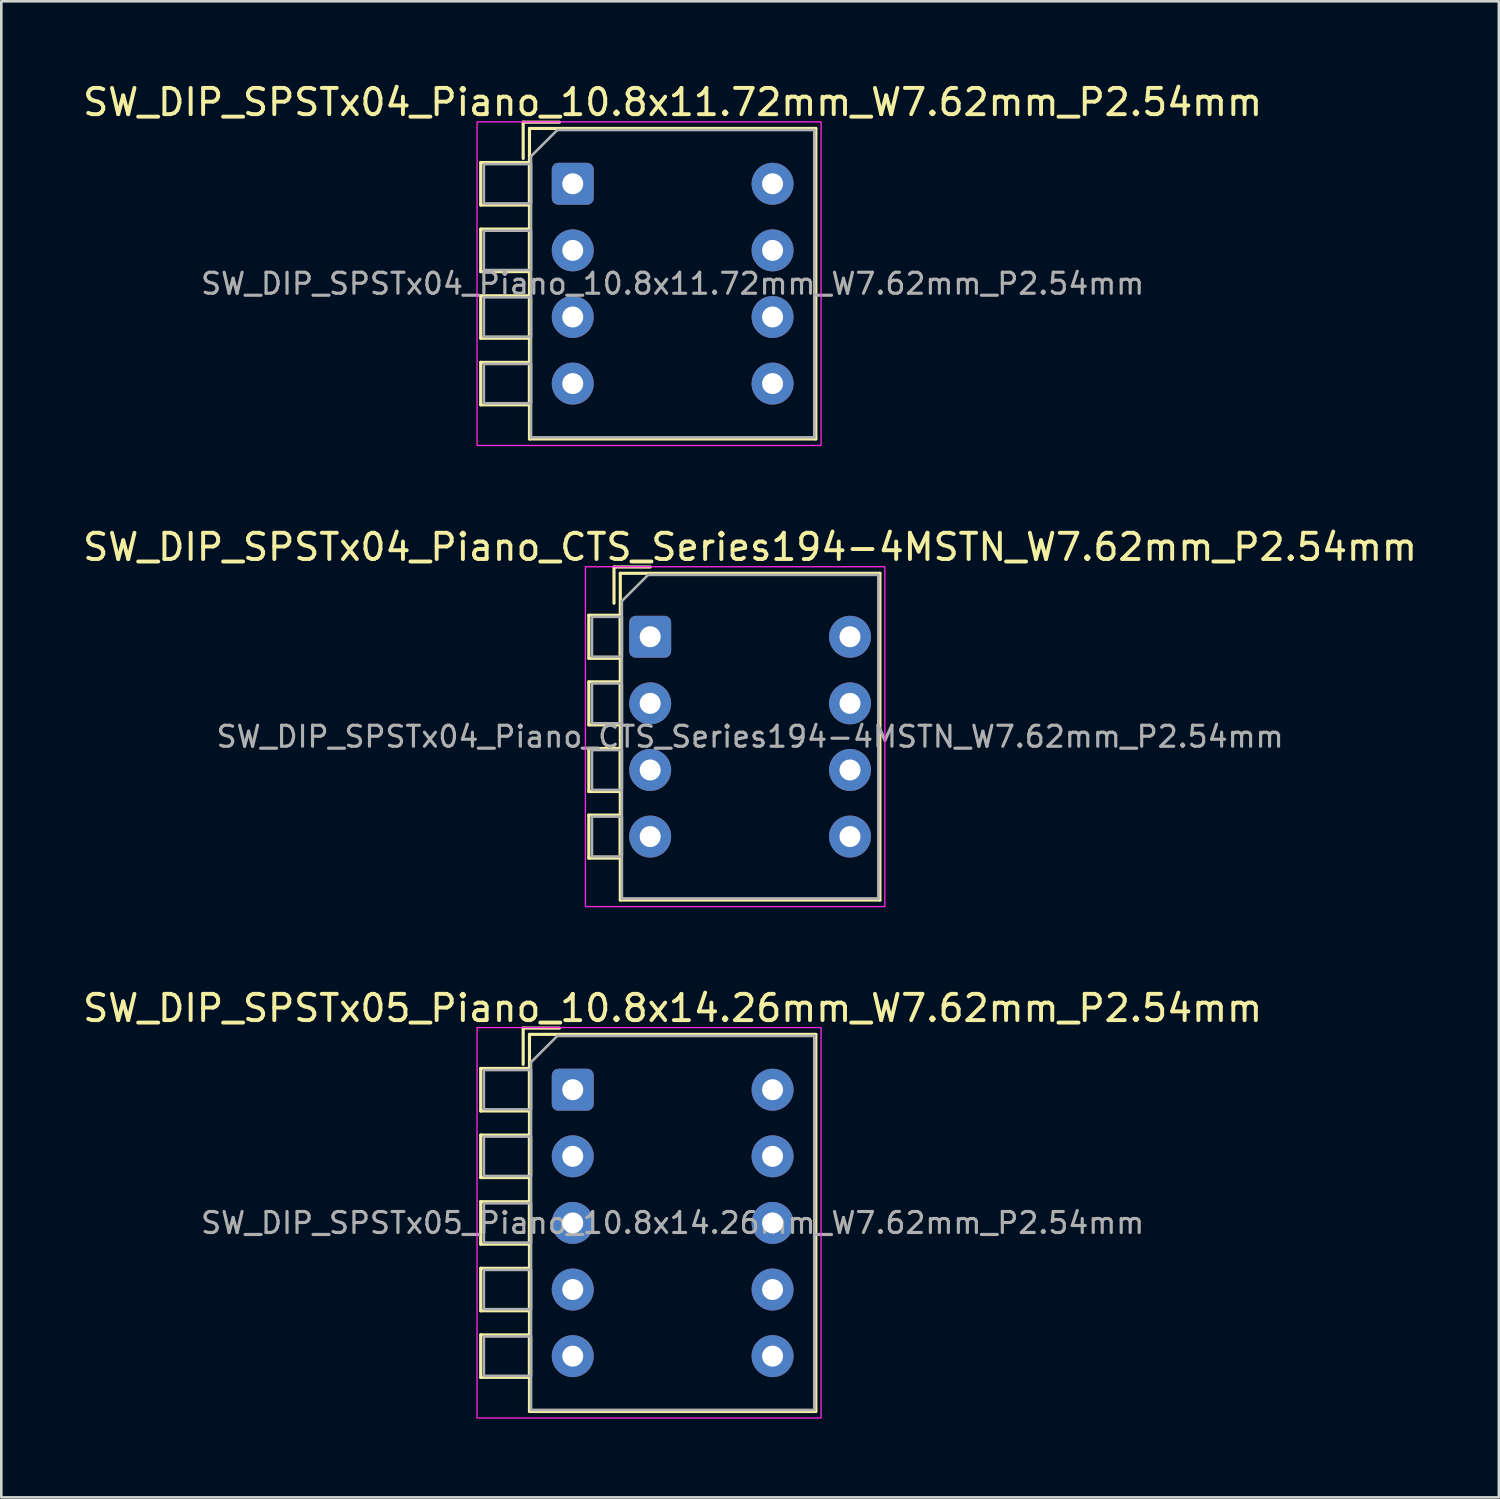
<source format=kicad_pcb>
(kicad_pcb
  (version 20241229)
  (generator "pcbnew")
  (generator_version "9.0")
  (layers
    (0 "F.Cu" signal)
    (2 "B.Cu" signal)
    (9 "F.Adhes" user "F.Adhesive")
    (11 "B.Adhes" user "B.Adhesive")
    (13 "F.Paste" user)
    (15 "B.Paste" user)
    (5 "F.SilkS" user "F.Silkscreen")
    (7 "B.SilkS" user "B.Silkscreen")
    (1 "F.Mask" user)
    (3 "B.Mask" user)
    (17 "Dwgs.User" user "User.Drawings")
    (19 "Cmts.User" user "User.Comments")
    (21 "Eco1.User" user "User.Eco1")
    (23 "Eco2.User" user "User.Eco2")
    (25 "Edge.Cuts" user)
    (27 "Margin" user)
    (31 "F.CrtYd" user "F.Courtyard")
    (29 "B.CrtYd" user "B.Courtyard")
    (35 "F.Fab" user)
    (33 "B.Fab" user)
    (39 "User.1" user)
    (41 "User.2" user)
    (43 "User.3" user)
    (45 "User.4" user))
  (footprint "SW_DIP_SPSTx04_Piano_10.8x11.72mm_W7.62mm_P2.54mm"
    (layer "F.Cu")
    (at 18.791 3.958)
    (property "Reference" "SW_DIP_SPSTx04_Piano_10.8x11.72mm_W7.62mm_P2.54mm" (at 3.81 -3.11 0) (layer "F.SilkS") (effects (font (size 1 1) (thickness 0.15))))
    (attr through_hole)
    (fp_line (start -3.51 -0.81) (end -3.51 0.81) (stroke (width 0.12) (type solid)) (layer "F.SilkS"))
    (fp_line (start -3.51 -0.81) (end -1.65 -0.81) (stroke (width 0.12) (type solid)) (layer "F.SilkS"))
    (fp_line (start -3.51 0.81) (end -1.65 0.81) (stroke (width 0.12) (type solid)) (layer "F.SilkS"))
    (fp_line (start -3.51 1.73) (end -3.51 3.35) (stroke (width 0.12) (type solid)) (layer "F.SilkS"))
    (fp_line (start -3.51 1.73) (end -1.65 1.73) (stroke (width 0.12) (type solid)) (layer "F.SilkS"))
    (fp_line (start -3.51 3.35) (end -1.65 3.35) (stroke (width 0.12) (type solid)) (layer "F.SilkS"))
    (fp_line (start -3.51 4.27) (end -3.51 5.89) (stroke (width 0.12) (type solid)) (layer "F.SilkS"))
    (fp_line (start -3.51 4.27) (end -1.65 4.27) (stroke (width 0.12) (type solid)) (layer "F.SilkS"))
    (fp_line (start -3.51 5.89) (end -1.65 5.89) (stroke (width 0.12) (type solid)) (layer "F.SilkS"))
    (fp_line (start -3.51 6.81) (end -3.51 8.43) (stroke (width 0.12) (type solid)) (layer "F.SilkS"))
    (fp_line (start -3.51 6.81) (end -1.65 6.81) (stroke (width 0.12) (type solid)) (layer "F.SilkS"))
    (fp_line (start -3.51 8.43) (end -1.65 8.43) (stroke (width 0.12) (type solid)) (layer "F.SilkS"))
    (fp_line (start -1.89 -2.35) (end -1.89 -0.967) (stroke (width 0.12) (type solid)) (layer "F.SilkS"))
    (fp_line (start -1.89 -2.35) (end -0.507 -2.35) (stroke (width 0.12) (type solid)) (layer "F.SilkS"))
    (fp_line (start -1.65 -2.11) (end -1.65 9.73) (stroke (width 0.12) (type solid)) (layer "F.SilkS"))
    (fp_line (start -1.65 -2.11) (end 9.27 -2.11) (stroke (width 0.12) (type solid)) (layer "F.SilkS"))
    (fp_line (start -1.65 -0.81) (end -1.65 0.81) (stroke (width 0.12) (type solid)) (layer "F.SilkS"))
    (fp_line (start -1.65 1.73) (end -1.65 3.35) (stroke (width 0.12) (type solid)) (layer "F.SilkS"))
    (fp_line (start -1.65 4.27) (end -1.65 5.89) (stroke (width 0.12) (type solid)) (layer "F.SilkS"))
    (fp_line (start -1.65 6.81) (end -1.65 8.43) (stroke (width 0.12) (type solid)) (layer "F.SilkS"))
    (fp_line (start -1.65 9.73) (end 9.27 9.73) (stroke (width 0.12) (type solid)) (layer "F.SilkS"))
    (fp_line (start 9.27 -2.11) (end 9.27 9.73) (stroke (width 0.12) (type solid)) (layer "F.SilkS"))
    (fp_rect (start -3.65 -2.36) (end 9.47 9.98) (stroke (width 0.05) (type solid)) (fill no) (layer "F.CrtYd"))
    (fp_line (start -1.59 -1.05) (end -0.59 -2.05) (stroke (width 0.1) (type solid)) (layer "F.Fab"))
    (fp_line (start -1.59 9.67) (end -1.59 -1.05) (stroke (width 0.1) (type solid)) (layer "F.Fab"))
    (fp_line (start -0.59 -2.05) (end 9.21 -2.05) (stroke (width 0.1) (type solid)) (layer "F.Fab"))
    (fp_line (start 9.21 -2.05) (end 9.21 9.67) (stroke (width 0.1) (type solid)) (layer "F.Fab"))
    (fp_line (start 9.21 9.67) (end -1.59 9.67) (stroke (width 0.1) (type solid)) (layer "F.Fab"))
    (fp_rect (start -1.59 -0.75) (end -3.39 0.75) (stroke (width 0.1) (type solid)) (fill no) (layer "F.Fab"))
    (fp_rect (start -1.59 1.79) (end -3.39 3.29) (stroke (width 0.1) (type solid)) (fill no) (layer "F.Fab"))
    (fp_rect (start -1.59 4.33) (end -3.39 5.83) (stroke (width 0.1) (type solid)) (fill no) (layer "F.Fab"))
    (fp_rect (start -1.59 6.87) (end -3.39 8.37) (stroke (width 0.1) (type solid)) (fill no) (layer "F.Fab"))
    (fp_text user "${REFERENCE}" (at 3.81 3.81 0) (layer "F.Fab") (effects (font (size 0.8 0.8) (thickness 0.12))))
    (pad "1" thru_hole roundrect (at 0 0) (size 1.6 1.6) (drill 0.8) (layers "*.Cu" "*.Mask") (roundrect_rratio 0.156))
    (pad "2" thru_hole circle (at 0 2.54) (size 1.6 1.6) (drill 0.8) (layers "*.Cu" "*.Mask"))
    (pad "3" thru_hole circle (at 0 5.08) (size 1.6 1.6) (drill 0.8) (layers "*.Cu" "*.Mask"))
    (pad "4" thru_hole circle (at 0 7.62) (size 1.6 1.6) (drill 0.8) (layers "*.Cu" "*.Mask"))
    (pad "5" thru_hole circle (at 7.62 7.62) (size 1.6 1.6) (drill 0.8) (layers "*.Cu" "*.Mask"))
    (pad "6" thru_hole circle (at 7.62 5.08) (size 1.6 1.6) (drill 0.8) (layers "*.Cu" "*.Mask"))
    (pad "7" thru_hole circle (at 7.62 2.54) (size 1.6 1.6) (drill 0.8) (layers "*.Cu" "*.Mask"))
    (pad "8" thru_hole circle (at 7.62 0) (size 1.6 1.6) (drill 0.8) (layers "*.Cu" "*.Mask")))
  (footprint "SW_DIP_SPSTx05_Piano_10.8x14.26mm_W7.62mm_P2.54mm"
    (layer "F.Cu")
    (at 18.791 38.505)
    (property "Reference" "SW_DIP_SPSTx05_Piano_10.8x14.26mm_W7.62mm_P2.54mm" (at 3.81 -3.11 0) (layer "F.SilkS") (effects (font (size 1 1) (thickness 0.15))))
    (attr through_hole)
    (fp_line (start -3.51 -0.81) (end -3.51 0.81) (stroke (width 0.12) (type solid)) (layer "F.SilkS"))
    (fp_line (start -3.51 -0.81) (end -1.65 -0.81) (stroke (width 0.12) (type solid)) (layer "F.SilkS"))
    (fp_line (start -3.51 0.81) (end -1.65 0.81) (stroke (width 0.12) (type solid)) (layer "F.SilkS"))
    (fp_line (start -3.51 1.73) (end -3.51 3.35) (stroke (width 0.12) (type solid)) (layer "F.SilkS"))
    (fp_line (start -3.51 1.73) (end -1.65 1.73) (stroke (width 0.12) (type solid)) (layer "F.SilkS"))
    (fp_line (start -3.51 3.35) (end -1.65 3.35) (stroke (width 0.12) (type solid)) (layer "F.SilkS"))
    (fp_line (start -3.51 4.27) (end -3.51 5.89) (stroke (width 0.12) (type solid)) (layer "F.SilkS"))
    (fp_line (start -3.51 4.27) (end -1.65 4.27) (stroke (width 0.12) (type solid)) (layer "F.SilkS"))
    (fp_line (start -3.51 5.89) (end -1.65 5.89) (stroke (width 0.12) (type solid)) (layer "F.SilkS"))
    (fp_line (start -3.51 6.81) (end -3.51 8.43) (stroke (width 0.12) (type solid)) (layer "F.SilkS"))
    (fp_line (start -3.51 6.81) (end -1.65 6.81) (stroke (width 0.12) (type solid)) (layer "F.SilkS"))
    (fp_line (start -3.51 8.43) (end -1.65 8.43) (stroke (width 0.12) (type solid)) (layer "F.SilkS"))
    (fp_line (start -3.51 9.35) (end -3.51 10.97) (stroke (width 0.12) (type solid)) (layer "F.SilkS"))
    (fp_line (start -3.51 9.35) (end -1.65 9.35) (stroke (width 0.12) (type solid)) (layer "F.SilkS"))
    (fp_line (start -3.51 10.97) (end -1.65 10.97) (stroke (width 0.12) (type solid)) (layer "F.SilkS"))
    (fp_line (start -1.89 -2.35) (end -1.89 -0.967) (stroke (width 0.12) (type solid)) (layer "F.SilkS"))
    (fp_line (start -1.89 -2.35) (end -0.507 -2.35) (stroke (width 0.12) (type solid)) (layer "F.SilkS"))
    (fp_line (start -1.65 -2.11) (end -1.65 12.27) (stroke (width 0.12) (type solid)) (layer "F.SilkS"))
    (fp_line (start -1.65 -2.11) (end 9.27 -2.11) (stroke (width 0.12) (type solid)) (layer "F.SilkS"))
    (fp_line (start -1.65 -0.81) (end -1.65 0.81) (stroke (width 0.12) (type solid)) (layer "F.SilkS"))
    (fp_line (start -1.65 1.73) (end -1.65 3.35) (stroke (width 0.12) (type solid)) (layer "F.SilkS"))
    (fp_line (start -1.65 4.27) (end -1.65 5.89) (stroke (width 0.12) (type solid)) (layer "F.SilkS"))
    (fp_line (start -1.65 6.81) (end -1.65 8.43) (stroke (width 0.12) (type solid)) (layer "F.SilkS"))
    (fp_line (start -1.65 9.35) (end -1.65 10.97) (stroke (width 0.12) (type solid)) (layer "F.SilkS"))
    (fp_line (start -1.65 12.27) (end 9.27 12.27) (stroke (width 0.12) (type solid)) (layer "F.SilkS"))
    (fp_line (start 9.27 -2.11) (end 9.27 12.27) (stroke (width 0.12) (type solid)) (layer "F.SilkS"))
    (fp_rect (start -3.65 -2.37) (end 9.47 12.52) (stroke (width 0.05) (type solid)) (fill no) (layer "F.CrtYd"))
    (fp_line (start -1.59 -1.05) (end -0.59 -2.05) (stroke (width 0.1) (type solid)) (layer "F.Fab"))
    (fp_line (start -1.59 12.21) (end -1.59 -1.05) (stroke (width 0.1) (type solid)) (layer "F.Fab"))
    (fp_line (start -0.59 -2.05) (end 9.21 -2.05) (stroke (width 0.1) (type solid)) (layer "F.Fab"))
    (fp_line (start 9.21 -2.05) (end 9.21 12.21) (stroke (width 0.1) (type solid)) (layer "F.Fab"))
    (fp_line (start 9.21 12.21) (end -1.59 12.21) (stroke (width 0.1) (type solid)) (layer "F.Fab"))
    (fp_rect (start -1.59 -0.75) (end -3.39 0.75) (stroke (width 0.1) (type solid)) (fill no) (layer "F.Fab"))
    (fp_rect (start -1.59 1.79) (end -3.39 3.29) (stroke (width 0.1) (type solid)) (fill no) (layer "F.Fab"))
    (fp_rect (start -1.59 4.33) (end -3.39 5.83) (stroke (width 0.1) (type solid)) (fill no) (layer "F.Fab"))
    (fp_rect (start -1.59 6.87) (end -3.39 8.37) (stroke (width 0.1) (type solid)) (fill no) (layer "F.Fab"))
    (fp_rect (start -1.59 9.41) (end -3.39 10.91) (stroke (width 0.1) (type solid)) (fill no) (layer "F.Fab"))
    (fp_text user "${REFERENCE}" (at 3.81 5.08 0) (layer "F.Fab") (effects (font (size 0.8 0.8) (thickness 0.12))))
    (pad "1" thru_hole roundrect (at 0 0) (size 1.6 1.6) (drill 0.8) (layers "*.Cu" "*.Mask") (roundrect_rratio 0.156))
    (pad "2" thru_hole circle (at 0 2.54) (size 1.6 1.6) (drill 0.8) (layers "*.Cu" "*.Mask"))
    (pad "3" thru_hole circle (at 0 5.08) (size 1.6 1.6) (drill 0.8) (layers "*.Cu" "*.Mask"))
    (pad "4" thru_hole circle (at 0 7.62) (size 1.6 1.6) (drill 0.8) (layers "*.Cu" "*.Mask"))
    (pad "5" thru_hole circle (at 0 10.16) (size 1.6 1.6) (drill 0.8) (layers "*.Cu" "*.Mask"))
    (pad "6" thru_hole circle (at 7.62 10.16) (size 1.6 1.6) (drill 0.8) (layers "*.Cu" "*.Mask"))
    (pad "7" thru_hole circle (at 7.62 7.62) (size 1.6 1.6) (drill 0.8) (layers "*.Cu" "*.Mask"))
    (pad "8" thru_hole circle (at 7.62 5.08) (size 1.6 1.6) (drill 0.8) (layers "*.Cu" "*.Mask"))
    (pad "9" thru_hole circle (at 7.62 2.54) (size 1.6 1.6) (drill 0.8) (layers "*.Cu" "*.Mask"))
    (pad "10" thru_hole circle (at 7.62 0) (size 1.6 1.6) (drill 0.8) (layers "*.Cu" "*.Mask")))
  (footprint "SW_DIP_SPSTx04_Piano_CTS_Series194-4MSTN_W7.62mm_P2.54mm"
    (layer "F.Cu")
    (at 21.744 21.232)
    (property "Reference" "SW_DIP_SPSTx04_Piano_CTS_Series194-4MSTN_W7.62mm_P2.54mm" (at 3.81 -3.42 0) (layer "F.SilkS") (effects (font (size 1 1) (thickness 0.15))))
    (attr through_hole)
    (fp_line (start -2.34 -0.82) (end -2.34 0.82) (stroke (width 0.12) (type solid)) (layer "F.SilkS"))
    (fp_line (start -2.34 -0.82) (end -1.14 -0.82) (stroke (width 0.12) (type solid)) (layer "F.SilkS"))
    (fp_line (start -2.34 0.82) (end -1.14 0.82) (stroke (width 0.12) (type solid)) (layer "F.SilkS"))
    (fp_line (start -2.34 1.72) (end -2.34 3.36) (stroke (width 0.12) (type solid)) (layer "F.SilkS"))
    (fp_line (start -2.34 1.72) (end -1.14 1.72) (stroke (width 0.12) (type solid)) (layer "F.SilkS"))
    (fp_line (start -2.34 3.36) (end -1.14 3.36) (stroke (width 0.12) (type solid)) (layer "F.SilkS"))
    (fp_line (start -2.34 4.26) (end -2.34 5.9) (stroke (width 0.12) (type solid)) (layer "F.SilkS"))
    (fp_line (start -2.34 4.26) (end -1.14 4.26) (stroke (width 0.12) (type solid)) (layer "F.SilkS"))
    (fp_line (start -2.34 5.9) (end -1.14 5.9) (stroke (width 0.12) (type solid)) (layer "F.SilkS"))
    (fp_line (start -2.34 6.8) (end -2.34 8.44) (stroke (width 0.12) (type solid)) (layer "F.SilkS"))
    (fp_line (start -2.34 6.8) (end -1.14 6.8) (stroke (width 0.12) (type solid)) (layer "F.SilkS"))
    (fp_line (start -2.34 8.44) (end -1.14 8.44) (stroke (width 0.12) (type solid)) (layer "F.SilkS"))
    (fp_line (start -1.38 -2.66) (end -1.38 -1.277) (stroke (width 0.12) (type solid)) (layer "F.SilkS"))
    (fp_line (start -1.38 -2.66) (end 0.003 -2.66) (stroke (width 0.12) (type solid)) (layer "F.SilkS"))
    (fp_line (start -1.14 -2.42) (end -1.14 10.04) (stroke (width 0.12) (type solid)) (layer "F.SilkS"))
    (fp_line (start -1.14 -2.42) (end 8.76 -2.42) (stroke (width 0.12) (type solid)) (layer "F.SilkS"))
    (fp_line (start -1.14 -0.82) (end -1.14 0.82) (stroke (width 0.12) (type solid)) (layer "F.SilkS"))
    (fp_line (start -1.14 1.72) (end -1.14 3.36) (stroke (width 0.12) (type solid)) (layer "F.SilkS"))
    (fp_line (start -1.14 4.26) (end -1.14 5.9) (stroke (width 0.12) (type solid)) (layer "F.SilkS"))
    (fp_line (start -1.14 6.8) (end -1.14 8.44) (stroke (width 0.12) (type solid)) (layer "F.SilkS"))
    (fp_line (start -1.14 10.04) (end 8.76 10.04) (stroke (width 0.12) (type solid)) (layer "F.SilkS"))
    (fp_line (start 8.76 -2.42) (end 8.76 10.04) (stroke (width 0.12) (type solid)) (layer "F.SilkS"))
    (fp_rect (start -2.47 -2.67) (end 8.95 10.29) (stroke (width 0.05) (type solid)) (fill no) (layer "F.CrtYd"))
    (fp_line (start -1.08 -1.36) (end -0.08 -2.36) (stroke (width 0.1) (type solid)) (layer "F.Fab"))
    (fp_line (start -1.08 9.98) (end -1.08 -1.36) (stroke (width 0.1) (type solid)) (layer "F.Fab"))
    (fp_line (start -0.08 -2.36) (end 8.7 -2.36) (stroke (width 0.1) (type solid)) (layer "F.Fab"))
    (fp_line (start 8.7 -2.36) (end 8.7 9.98) (stroke (width 0.1) (type solid)) (layer "F.Fab"))
    (fp_line (start 8.7 9.98) (end -1.08 9.98) (stroke (width 0.1) (type solid)) (layer "F.Fab"))
    (fp_rect (start -1.08 -0.76) (end -2.22 0.76) (stroke (width 0.1) (type solid)) (fill no) (layer "F.Fab"))
    (fp_rect (start -1.08 1.78) (end -2.22 3.3) (stroke (width 0.1) (type solid)) (fill no) (layer "F.Fab"))
    (fp_rect (start -1.08 4.32) (end -2.22 5.84) (stroke (width 0.1) (type solid)) (fill no) (layer "F.Fab"))
    (fp_rect (start -1.08 6.86) (end -2.22 8.38) (stroke (width 0.1) (type solid)) (fill no) (layer "F.Fab"))
    (fp_text user "${REFERENCE}" (at 3.81 3.81 0) (layer "F.Fab") (effects (font (size 0.8 0.8) (thickness 0.12))))
    (pad "1" thru_hole roundrect (at 0 0) (size 1.6 1.6) (drill 0.8) (layers "*.Cu" "*.Mask") (roundrect_rratio 0.156))
    (pad "2" thru_hole circle (at 0 2.54) (size 1.6 1.6) (drill 0.8) (layers "*.Cu" "*.Mask"))
    (pad "3" thru_hole circle (at 0 5.08) (size 1.6 1.6) (drill 0.8) (layers "*.Cu" "*.Mask"))
    (pad "4" thru_hole circle (at 0 7.62) (size 1.6 1.6) (drill 0.8) (layers "*.Cu" "*.Mask"))
    (pad "5" thru_hole circle (at 7.62 7.62) (size 1.6 1.6) (drill 0.8) (layers "*.Cu" "*.Mask"))
    (pad "6" thru_hole circle (at 7.62 5.08) (size 1.6 1.6) (drill 0.8) (layers "*.Cu" "*.Mask"))
    (pad "7" thru_hole circle (at 7.62 2.54) (size 1.6 1.6) (drill 0.8) (layers "*.Cu" "*.Mask"))
    (pad "8" thru_hole circle (at 7.62 0) (size 1.6 1.6) (drill 0.8) (layers "*.Cu" "*.Mask")))
  (gr_rect
    (start -3 -3)
    (end 54.107 54.05)
    (stroke (width 0.1) (type default))
    (fill no)
    (layer "Edge.Cuts")))
</source>
